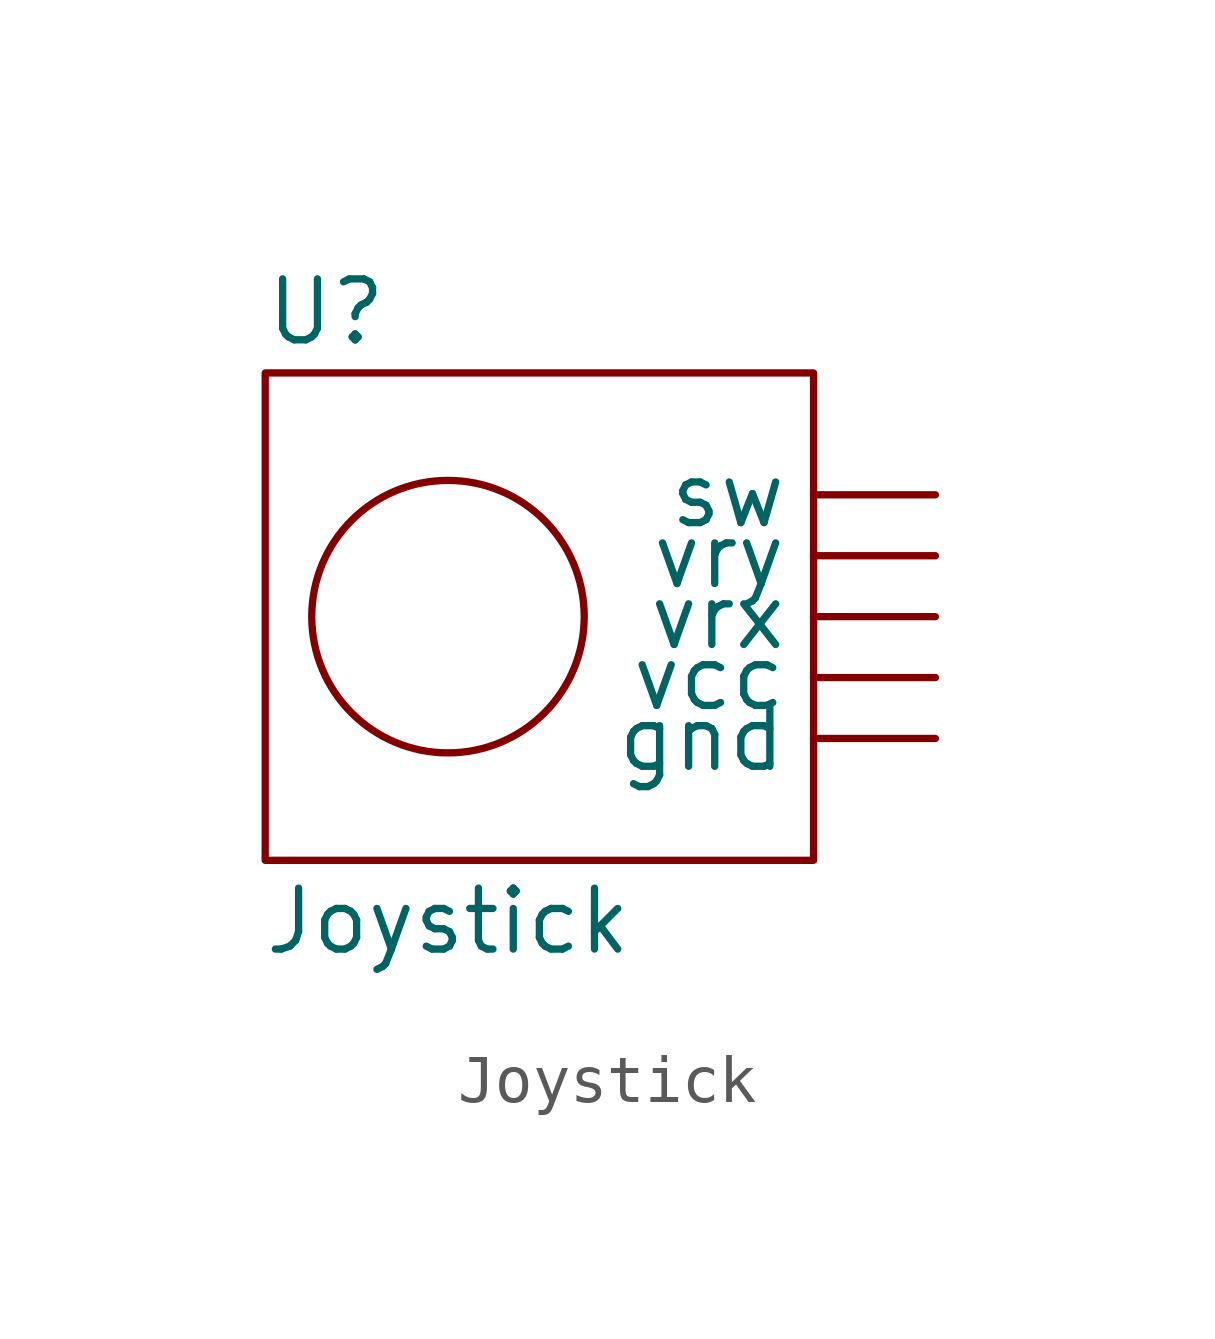
<source format=kicad_sym>
(kicad_symbol_lib
  (version 20211014)
  (generator kicad_symbol_editor)
  (symbol "Joystick"
    (property "Reference" "U"
      (at -5.08 6.35 0)
      (effects (font (size 1.27 1.27))))
    (property "Value" "Joystick"
      (at -2.54 -6.35 0)
      (effects (font (size 1.27 1.27))))
    (symbol "Joystick_0_1"
      (rectangle (start -6.35 5.08) (end 5.08 -5.08) (stroke (width 0) (type default) (color 0 0 0 0)) (fill (type none)))
      (circle (center -2.54 0) (radius 2.84) (stroke (width 0) (type default) (color 0 0 0 0)) (fill (type none))))
    (symbol "Joystick_1_1"
      (pin power_out line (at 7.62 -2.54 180) (length 2.54) (name "gnd" (effects (font (size 1.27 1.27)))) (number "" (effects (font (size 1.27 1.27)))))
      (pin input line (at 7.62 2.54 180) (length 2.54) (name "sw" (effects (font (size 1.27 1.27)))) (number "" (effects (font (size 1.27 1.27)))))
      (pin power_in line (at 7.62 -1.27 180) (length 2.54) (name "vcc" (effects (font (size 1.27 1.27)))) (number "" (effects (font (size 1.27 1.27)))))
      (pin unspecified line (at 7.62 0 180) (length 2.54) (name "vrx" (effects (font (size 1.27 1.27)))) (number "" (effects (font (size 1.27 1.27)))))
      (pin unspecified line (at 7.62 1.27 180) (length 2.54) (name "vry" (effects (font (size 1.27 1.27)))) (number "" (effects (font (size 1.27 1.27))))))))
</source>
